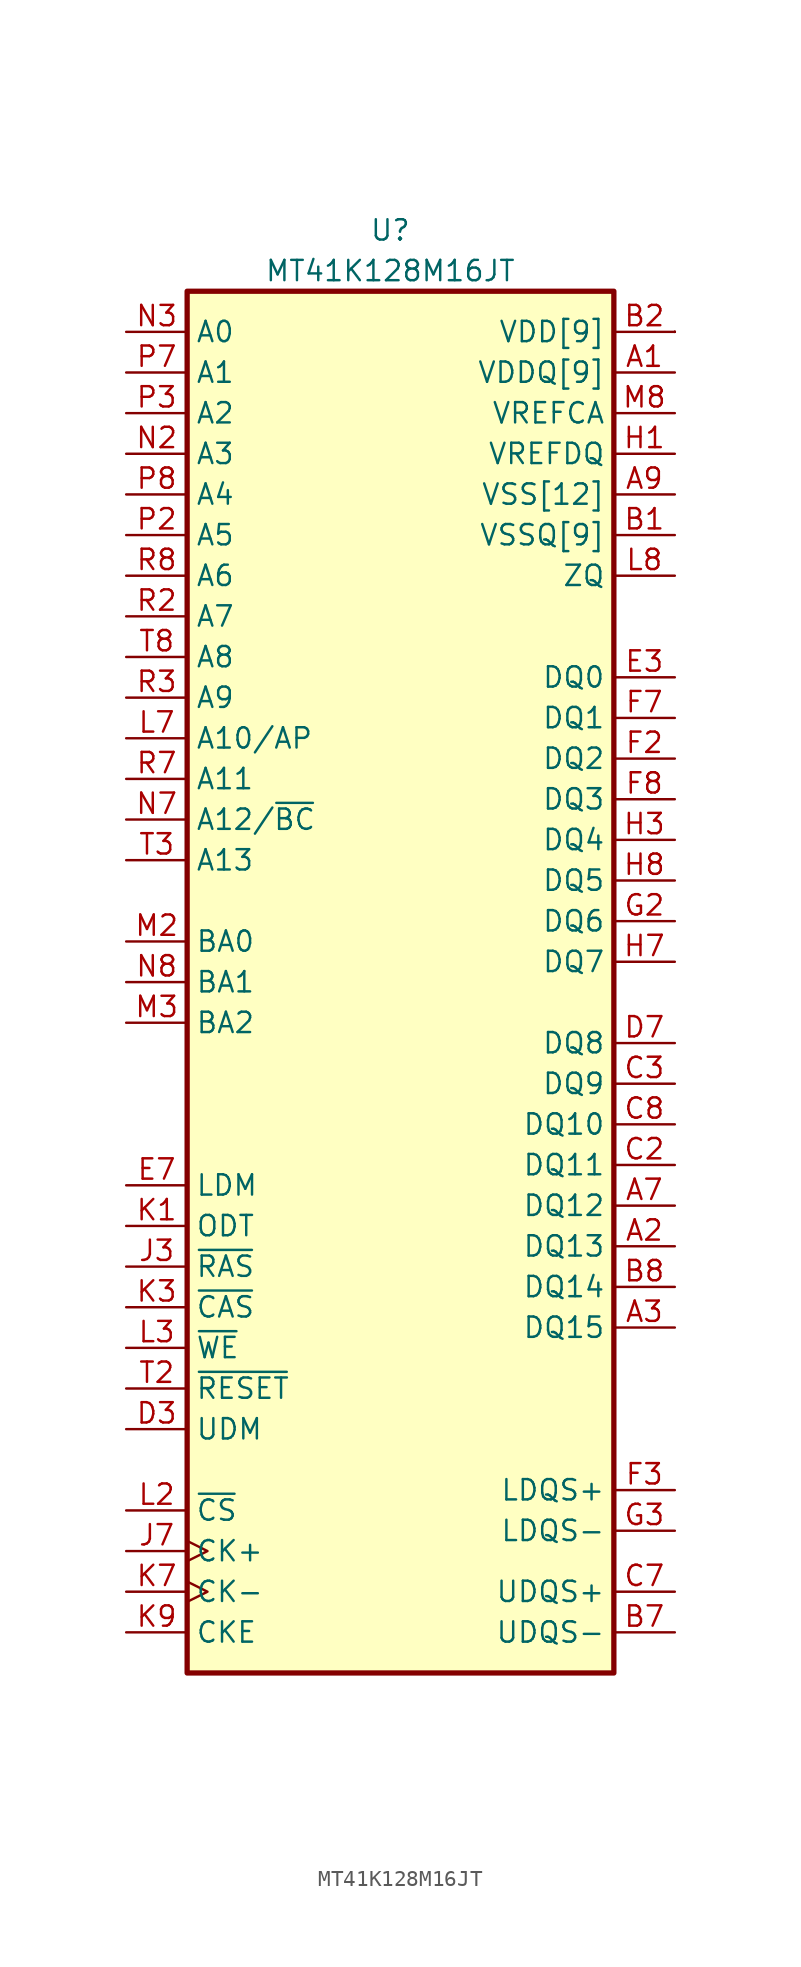
<source format=kicad_sym>
(kicad_symbol_lib
  (version 20200126)
  (host kicad_symbol_editor "(5.99.0-1839-gb83d64fc0)")
  (symbol "Memory_RAM_RD:MT41K128M16JT"
    (property "Reference" "U"
      (at 0 36.83 0)
      (effects (font (size 1.27 1.27))))
    (property "Value" "MT41K128M16JT"
      (at 0 34.29 0)
      (effects (font (size 1.27 1.27))))
    (symbol "MT41K128M16JT_0_1"
      (rectangle (start -12.7 33.02) (end 13.97 -53.34) (stroke (width 0.33)) (fill (type background))))
    (symbol "MT41K128M16JT_1_1"
      (pin power_in line (at 17.78 27.94 180) (length 3.81) (name "VDDQ[9]" (effects (font (size 1.27 1.27)))) (number "A1" (effects (font (size 1.27 1.27)))))
      (pin tri_state line (at 17.78 -26.67 180) (length 3.81) (name "DQ13" (effects (font (size 1.27 1.27)))) (number "A2" (effects (font (size 1.27 1.27)))))
      (pin tri_state line (at 17.78 -31.75 180) (length 3.81) (name "DQ15" (effects (font (size 1.27 1.27)))) (number "A3" (effects (font (size 1.27 1.27)))))
      (pin tri_state line (at 17.78 -24.13 180) (length 3.81) (name "DQ12" (effects (font (size 1.27 1.27)))) (number "A7" (effects (font (size 1.27 1.27)))))
      (pin power_in line (at 17.78 27.94 180) (length 0) hide (name "VDDQ" (effects (font (size 0 0)))) (number "A8" (effects (font (size 0 0)))))
      (pin power_in line (at 17.78 20.32 180) (length 3.81) (name "VSS[12]" (effects (font (size 1.27 1.27)))) (number "A9" (effects (font (size 1.27 1.27)))))
      (pin power_in line (at 17.78 17.78 180) (length 3.81) (name "VSSQ[9]" (effects (font (size 1.27 1.27)))) (number "B1" (effects (font (size 1.27 1.27)))))
      (pin power_in line (at 17.78 30.48 180) (length 3.81) (name "VDD[9]" (effects (font (size 1.27 1.27)))) (number "B2" (effects (font (size 1.27 1.27)))))
      (pin power_in line (at 17.78 20.32 180) (length 0) hide (name "VSS" (effects (font (size 0 0)))) (number "B3" (effects (font (size 0 0)))))
      (pin tri_state line (at 17.78 -50.8 180) (length 3.81) (name "UDQS-" (effects (font (size 1.27 1.27)))) (number "B7" (effects (font (size 1.27 1.27)))))
      (pin tri_state line (at 17.78 -29.21 180) (length 3.81) (name "DQ14" (effects (font (size 1.27 1.27)))) (number "B8" (effects (font (size 1.27 1.27)))))
      (pin power_in line (at 17.78 17.78 180) (length 0) hide (name "VSSQ" (effects (font (size 0 0)))) (number "B9" (effects (font (size 0 0)))))
      (pin power_in line (at 17.78 27.94 180) (length 0) hide (name "VDDQ" (effects (font (size 0 0)))) (number "C1" (effects (font (size 0 0)))))
      (pin tri_state line (at 17.78 -21.59 180) (length 3.81) (name "DQ11" (effects (font (size 1.27 1.27)))) (number "C2" (effects (font (size 1.27 1.27)))))
      (pin tri_state line (at 17.78 -16.51 180) (length 3.81) (name "DQ9" (effects (font (size 1.27 1.27)))) (number "C3" (effects (font (size 1.27 1.27)))))
      (pin tri_state line (at 17.78 -48.26 180) (length 3.81) (name "UDQS+" (effects (font (size 1.27 1.27)))) (number "C7" (effects (font (size 1.27 1.27)))))
      (pin tri_state line (at 17.78 -19.05 180) (length 3.81) (name "DQ10" (effects (font (size 1.27 1.27)))) (number "C8" (effects (font (size 1.27 1.27)))))
      (pin power_in line (at 17.78 27.94 180) (length 0) hide (name "VDDQ" (effects (font (size 0 0)))) (number "C9" (effects (font (size 0 0)))))
      (pin power_in line (at 17.78 17.78 180) (length 0) hide (name "VSSQ" (effects (font (size 0 0)))) (number "D1" (effects (font (size 0 0)))))
      (pin power_in line (at 17.78 27.94 180) (length 0) hide (name "VDDQ" (effects (font (size 0 0)))) (number "D2" (effects (font (size 0 0)))))
      (pin input line (at -16.51 -38.1 0) (length 3.81) (name "UDM" (effects (font (size 1.27 1.27)))) (number "D3" (effects (font (size 1.27 1.27)))))
      (pin tri_state line (at 17.78 -13.97 180) (length 3.81) (name "DQ8" (effects (font (size 1.27 1.27)))) (number "D7" (effects (font (size 1.27 1.27)))))
      (pin power_in line (at 17.78 17.78 180) (length 0) hide (name "VSSQ" (effects (font (size 0 0)))) (number "D8" (effects (font (size 0 0)))))
      (pin power_in line (at 17.78 30.48 180) (length 0) hide (name "VDD" (effects (font (size 0 0)))) (number "D9" (effects (font (size 0 0)))))
      (pin power_in line (at 17.78 20.32 180) (length 0) hide (name "VSS" (effects (font (size 0 0)))) (number "E1" (effects (font (size 0 0)))))
      (pin power_in line (at 17.78 17.78 180) (length 0) hide (name "VSSQ" (effects (font (size 0 0)))) (number "E2" (effects (font (size 0 0)))))
      (pin tri_state line (at 17.78 8.89 180) (length 3.81) (name "DQ0" (effects (font (size 1.27 1.27)))) (number "E3" (effects (font (size 1.27 1.27)))))
      (pin input line (at -16.51 -22.86 0) (length 3.81) (name "LDM" (effects (font (size 1.27 1.27)))) (number "E7" (effects (font (size 1.27 1.27)))))
      (pin power_in line (at 17.78 17.78 180) (length 0) hide (name "VSSQ" (effects (font (size 0 0)))) (number "E8" (effects (font (size 0 0)))))
      (pin power_in line (at 17.78 27.94 180) (length 0) hide (name "VDDQ" (effects (font (size 0 0)))) (number "E9" (effects (font (size 0 0)))))
      (pin power_in line (at 17.78 27.94 180) (length 0) hide (name "VDDQ" (effects (font (size 0 0)))) (number "F1" (effects (font (size 0 0)))))
      (pin tri_state line (at 17.78 3.81 180) (length 3.81) (name "DQ2" (effects (font (size 1.27 1.27)))) (number "F2" (effects (font (size 1.27 1.27)))))
      (pin tri_state line (at 17.78 -41.91 180) (length 3.81) (name "LDQS+" (effects (font (size 1.27 1.27)))) (number "F3" (effects (font (size 1.27 1.27)))))
      (pin tri_state line (at 17.78 6.35 180) (length 3.81) (name "DQ1" (effects (font (size 1.27 1.27)))) (number "F7" (effects (font (size 1.27 1.27)))))
      (pin tri_state line (at 17.78 1.27 180) (length 3.81) (name "DQ3" (effects (font (size 1.27 1.27)))) (number "F8" (effects (font (size 1.27 1.27)))))
      (pin power_in line (at 17.78 17.78 180) (length 0) hide (name "VSSQ" (effects (font (size 0 0)))) (number "F9" (effects (font (size 0 0)))))
      (pin power_in line (at 17.78 17.78 180) (length 0) hide (name "VSSQ" (effects (font (size 0 0)))) (number "G1" (effects (font (size 0 0)))))
      (pin tri_state line (at 17.78 -6.35 180) (length 3.81) (name "DQ6" (effects (font (size 1.27 1.27)))) (number "G2" (effects (font (size 1.27 1.27)))))
      (pin tri_state line (at 17.78 -44.45 180) (length 3.81) (name "LDQS-" (effects (font (size 1.27 1.27)))) (number "G3" (effects (font (size 1.27 1.27)))))
      (pin power_in line (at 17.78 30.48 180) (length 0) (name "VDD" (effects (font (size 0 0)))) (number "G7" (effects (font (size 0 0)))))
      (pin power_in line (at 17.78 17.78 180) (length 0) hide (name "VSSQ" (effects (font (size 0 0)))) (number "G9" (effects (font (size 0 0)))))
      (pin passive line (at 17.78 22.86 180) (length 3.81) (name "VREFDQ" (effects (font (size 1.27 1.27)))) (number "H1" (effects (font (size 1.27 1.27)))))
      (pin power_in line (at 17.78 27.94 180) (length 0) hide (name "VDDQ" (effects (font (size 0 0)))) (number "H2" (effects (font (size 0 0)))))
      (pin tri_state line (at 17.78 -1.27 180) (length 3.81) (name "DQ4" (effects (font (size 1.27 1.27)))) (number "H3" (effects (font (size 1.27 1.27)))))
      (pin tri_state line (at 17.78 -8.89 180) (length 3.81) (name "DQ7" (effects (font (size 1.27 1.27)))) (number "H7" (effects (font (size 1.27 1.27)))))
      (pin tri_state line (at 17.78 -3.81 180) (length 3.81) (name "DQ5" (effects (font (size 1.27 1.27)))) (number "H8" (effects (font (size 1.27 1.27)))))
      (pin power_in line (at 17.78 27.94 180) (length 0) hide (name "VDDQ" (effects (font (size 0 0)))) (number "H9" (effects (font (size 0 0)))))
      (pin power_in line (at 17.78 20.32 180) (length 0) hide (name "VSS" (effects (font (size 0 0)))) (number "J2" (effects (font (size 0 0)))))
      (pin input line (at -16.51 -27.94 0) (length 3.81) (name "~RAS" (effects (font (size 1.27 1.27)))) (number "J3" (effects (font (size 1.27 1.27)))))
      (pin input clock (at -16.51 -45.72 0) (length 3.81) (name "CK+" (effects (font (size 1.27 1.27)))) (number "J7" (effects (font (size 1.27 1.27)))))
      (pin power_in line (at 17.78 20.32 180) (length 0) hide (name "VSS" (effects (font (size 0 0)))) (number "J8" (effects (font (size 0 0)))))
      (pin input line (at -16.51 -25.4 0) (length 3.81) (name "ODT" (effects (font (size 1.27 1.27)))) (number "K1" (effects (font (size 1.27 1.27)))))
      (pin power_in line (at 17.78 30.48 180) (length 0) hide (name "VDD" (effects (font (size 0 0)))) (number "K2" (effects (font (size 0 0)))))
      (pin input line (at -16.51 -30.48 0) (length 3.81) (name "~CAS" (effects (font (size 1.27 1.27)))) (number "K3" (effects (font (size 1.27 1.27)))))
      (pin input clock (at -16.51 -48.26 0) (length 3.81) (name "CK-" (effects (font (size 1.27 1.27)))) (number "K7" (effects (font (size 1.27 1.27)))))
      (pin power_in line (at 17.78 30.48 180) (length 0) (name "VDD" (effects (font (size 0 0)))) (number "K8" (effects (font (size 0 0)))))
      (pin input line (at -16.51 -50.8 0) (length 3.81) (name "CKE" (effects (font (size 1.27 1.27)))) (number "K9" (effects (font (size 1.27 1.27)))))
      (pin input line (at -16.51 -43.18 0) (length 3.81) (name "~CS" (effects (font (size 1.27 1.27)))) (number "L2" (effects (font (size 1.27 1.27)))))
      (pin input line (at -16.51 -33.02 0) (length 3.81) (name "~WE" (effects (font (size 1.27 1.27)))) (number "L3" (effects (font (size 1.27 1.27)))))
      (pin input line (at -16.51 5.08 0) (length 3.81) (name "A10/AP" (effects (font (size 1.27 1.27)))) (number "L7" (effects (font (size 1.27 1.27)))))
      (pin passive line (at 17.78 15.24 180) (length 3.81) (name "ZQ" (effects (font (size 1.27 1.27)))) (number "L8" (effects (font (size 1.27 1.27)))))
      (pin power_in line (at 17.78 20.32 180) (length 0) hide (name "VSS" (effects (font (size 0 0)))) (number "M1" (effects (font (size 0 0)))))
      (pin input line (at -16.51 -7.62 0) (length 3.81) (name "BA0" (effects (font (size 1.27 1.27)))) (number "M2" (effects (font (size 1.27 1.27)))))
      (pin input line (at -16.51 -12.7 0) (length 3.81) (name "BA2" (effects (font (size 1.27 1.27)))) (number "M3" (effects (font (size 1.27 1.27)))))
      (pin passive line (at 17.78 25.4 180) (length 3.81) (name "VREFCA" (effects (font (size 1.27 1.27)))) (number "M8" (effects (font (size 1.27 1.27)))))
      (pin power_in line (at 17.78 20.32 180) (length 0) hide (name "VSS" (effects (font (size 0 0)))) (number "M9" (effects (font (size 0 0)))))
      (pin power_in line (at 17.78 30.48 180) (length 0) hide (name "VDD" (effects (font (size 0 0)))) (number "N1" (effects (font (size 0 0)))))
      (pin input line (at -16.51 22.86 0) (length 3.81) (name "A3" (effects (font (size 1.27 1.27)))) (number "N2" (effects (font (size 1.27 1.27)))))
      (pin input line (at -16.51 30.48 0) (length 3.81) (name "A0" (effects (font (size 1.27 1.27)))) (number "N3" (effects (font (size 1.27 1.27)))))
      (pin input line (at -16.51 0 0) (length 3.81) (name "A12/~BC" (effects (font (size 1.27 1.27)))) (number "N7" (effects (font (size 1.27 1.27)))))
      (pin input line (at -16.51 -10.16 0) (length 3.81) (name "BA1" (effects (font (size 1.27 1.27)))) (number "N8" (effects (font (size 1.27 1.27)))))
      (pin power_in line (at 17.78 30.48 180) (length 0) (name "VDD" (effects (font (size 0 0)))) (number "N9" (effects (font (size 0 0)))))
      (pin power_in line (at 17.78 20.32 180) (length 0) hide (name "VSS" (effects (font (size 0 0)))) (number "P1" (effects (font (size 0 0)))))
      (pin input line (at -16.51 17.78 0) (length 3.81) (name "A5" (effects (font (size 1.27 1.27)))) (number "P2" (effects (font (size 1.27 1.27)))))
      (pin input line (at -16.51 25.4 0) (length 3.81) (name "A2" (effects (font (size 1.27 1.27)))) (number "P3" (effects (font (size 1.27 1.27)))))
      (pin input line (at -16.51 27.94 0) (length 3.81) (name "A1" (effects (font (size 1.27 1.27)))) (number "P7" (effects (font (size 1.27 1.27)))))
      (pin input line (at -16.51 20.32 0) (length 3.81) (name "A4" (effects (font (size 1.27 1.27)))) (number "P8" (effects (font (size 1.27 1.27)))))
      (pin power_in line (at 17.78 20.32 180) (length 0) hide (name "VSS" (effects (font (size 0 0)))) (number "P9" (effects (font (size 0 0)))))
      (pin power_in line (at 17.78 20.32 180) (length 0) hide (name "VSS" (effects (font (size 0 0)))) (number "P9" (effects (font (size 0 0)))))
      (pin power_in line (at 17.78 30.48 180) (length 0) hide (name "VDD" (effects (font (size 0 0)))) (number "R1" (effects (font (size 0 0)))))
      (pin input line (at -16.51 12.7 0) (length 3.81) (name "A7" (effects (font (size 1.27 1.27)))) (number "R2" (effects (font (size 1.27 1.27)))))
      (pin input line (at -16.51 7.62 0) (length 3.81) (name "A9" (effects (font (size 1.27 1.27)))) (number "R3" (effects (font (size 1.27 1.27)))))
      (pin input line (at -16.51 2.54 0) (length 3.81) (name "A11" (effects (font (size 1.27 1.27)))) (number "R7" (effects (font (size 1.27 1.27)))))
      (pin input line (at -16.51 15.24 0) (length 3.81) (name "A6" (effects (font (size 1.27 1.27)))) (number "R8" (effects (font (size 1.27 1.27)))))
      (pin power_in line (at 17.78 30.48 180) (length 0) hide (name "VDD" (effects (font (size 0 0)))) (number "R9" (effects (font (size 0 0)))))
      (pin power_in line (at 17.78 20.32 180) (length 0) hide (name "VSS" (effects (font (size 0 0)))) (number "T1" (effects (font (size 0 0)))))
      (pin input line (at -16.51 -35.56 0) (length 3.81) (name "~RESET" (effects (font (size 1.27 1.27)))) (number "T2" (effects (font (size 1.27 1.27)))))
      (pin input line (at -16.51 -2.54 0) (length 3.81) (name "A13" (effects (font (size 1.27 1.27)))) (number "T3" (effects (font (size 1.27 1.27)))))
      (pin input line (at -16.51 10.16 0) (length 3.81) (name "A8" (effects (font (size 1.27 1.27)))) (number "T8" (effects (font (size 1.27 1.27)))))
      (pin power_in line (at 17.78 20.32 180) (length 0) hide (name "VSS" (effects (font (size 0 0)))) (number "T9" (effects (font (size 0 0))))))
    (symbol "MT41K128M16JT_0_0"
      (pin unconnected line (at -1.27 -55.88 90) (length 2.54) hide (name "NC" (effects (font (size 1.27 1.27)))) (number "L1" (effects (font (size 1.27 1.27)))))
      (pin unconnected line (at 1.27 -55.88 90) (length 2.54) hide (name "NC" (effects (font (size 1.27 1.27)))) (number "J1" (effects (font (size 1.27 1.27)))))
      (pin unconnected line (at 2.54 -55.88 90) (length 2.54) hide (name "NC" (effects (font (size 1.27 1.27)))) (number "L9" (effects (font (size 1.27 1.27)))))
      (pin unconnected line (at -2.54 -55.88 90) (length 2.54) hide (name "NC" (effects (font (size 1.27 1.27)))) (number "J9" (effects (font (size 1.27 1.27)))))
      (pin unconnected line (at -3.81 -55.88 90) (length 2.54) hide (name "NC" (effects (font (size 1.27 1.27)))) (number "T7" (effects (font (size 1.27 1.27)))))
      (pin unconnected line (at 3.81 -55.88 90) (length 2.54) hide (name "NC" (effects (font (size 1.27 1.27)))) (number "M7" (effects (font (size 1.27 1.27)))))
      (pin power_in line (at 17.78 20.32 180) (length 3.81) hide (name "VSS" (effects (font (size 1.27 1.27)))) (number "G8" (effects (font (size 1.27 1.27))))))))
</source>
